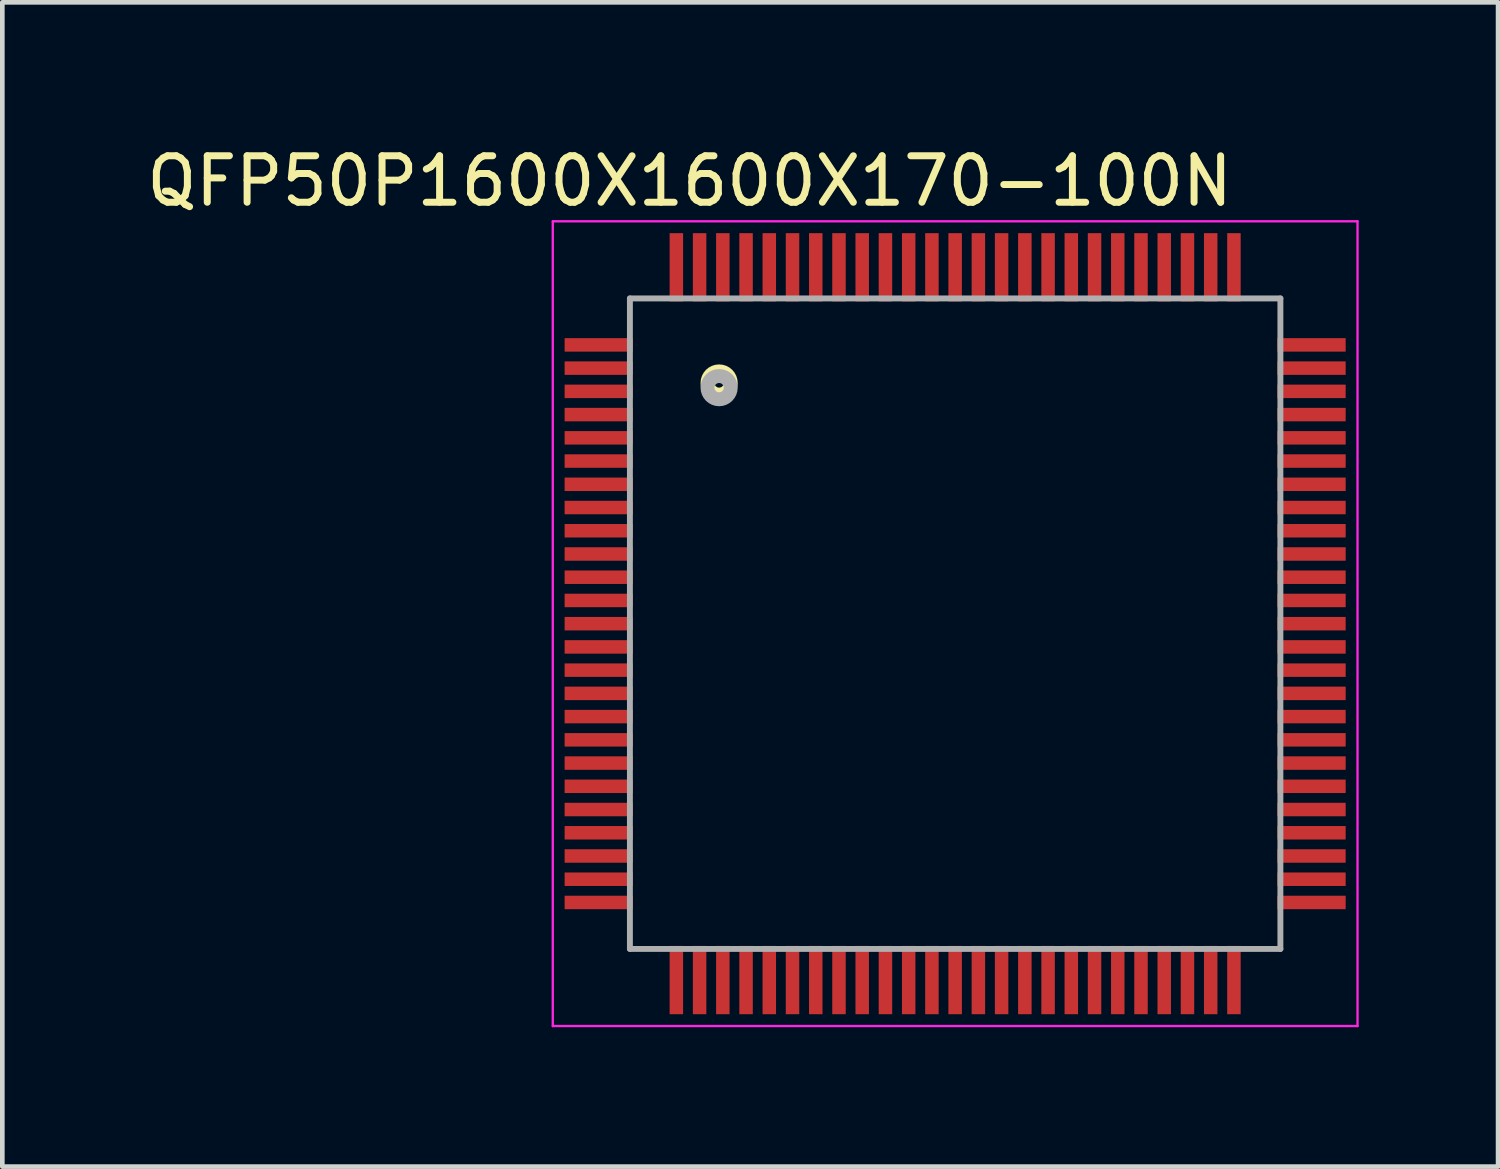
<source format=kicad_pcb>
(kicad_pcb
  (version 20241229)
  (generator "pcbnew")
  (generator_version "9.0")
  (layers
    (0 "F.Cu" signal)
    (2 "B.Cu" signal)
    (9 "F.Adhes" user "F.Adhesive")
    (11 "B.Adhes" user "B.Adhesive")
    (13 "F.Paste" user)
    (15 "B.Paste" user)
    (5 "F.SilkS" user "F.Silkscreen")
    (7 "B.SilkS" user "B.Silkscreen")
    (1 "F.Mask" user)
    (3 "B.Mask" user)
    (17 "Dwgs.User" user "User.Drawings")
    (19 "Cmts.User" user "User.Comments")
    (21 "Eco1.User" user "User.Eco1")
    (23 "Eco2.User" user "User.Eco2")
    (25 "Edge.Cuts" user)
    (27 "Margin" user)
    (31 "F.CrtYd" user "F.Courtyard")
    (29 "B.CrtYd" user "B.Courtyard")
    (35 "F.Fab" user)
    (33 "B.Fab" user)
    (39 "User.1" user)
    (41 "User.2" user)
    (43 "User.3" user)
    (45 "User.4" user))
  (footprint "QFP50P1600X1600X170-100N"
    (layer "F.Cu")
    (at 17.507 10.373)
    (property "Reference" "QFP50P1600X1600X170-100N" (at -5.715 -9.525 0) (layer "F.SilkS") (effects (font (size 1 1) (thickness 0.15))))
    (attr smd)
    (fp_circle (center -5.08 -5.18) (end -4.98 -5.18) (stroke (width 0.3) (type solid)) (fill no) (layer "F.SilkS"))
    (fp_line (start -8.66 -8.66) (end 8.66 -8.66) (stroke (width 0.05) (type solid)) (layer "F.CrtYd"))
    (fp_line (start -8.66 8.66) (end -8.66 -8.66) (stroke (width 0.05) (type solid)) (layer "F.CrtYd"))
    (fp_line (start 8.66 -8.66) (end 8.66 8.66) (stroke (width 0.05) (type solid)) (layer "F.CrtYd"))
    (fp_line (start 8.66 8.66) (end -8.66 8.66) (stroke (width 0.05) (type solid)) (layer "F.CrtYd"))
    (fp_line (start -7 -7) (end 7 -7) (stroke (width 0.127) (type solid)) (layer "F.Fab"))
    (fp_line (start -7 7) (end -7 -7) (stroke (width 0.127) (type solid)) (layer "F.Fab"))
    (fp_line (start 7 -7) (end 7 7) (stroke (width 0.127) (type solid)) (layer "F.Fab"))
    (fp_line (start 7 7) (end -7 7) (stroke (width 0.127) (type solid)) (layer "F.Fab"))
    (fp_circle (center -5.08 -5.08) (end -4.98 -5.08) (stroke (width 0.3) (type solid)) (fill no) (layer "F.Fab"))
    (pad "1" smd rect (at -7.67 -6) (size 1.47 0.29) (layers "F.Cu" "F.Mask" "F.Paste"))
    (pad "2" smd rect (at -7.67 -5.5) (size 1.47 0.29) (layers "F.Cu" "F.Mask" "F.Paste"))
    (pad "3" smd rect (at -7.67 -5) (size 1.47 0.29) (layers "F.Cu" "F.Mask" "F.Paste"))
    (pad "4" smd rect (at -7.67 -4.5) (size 1.47 0.29) (layers "F.Cu" "F.Mask" "F.Paste"))
    (pad "5" smd rect (at -7.67 -4) (size 1.47 0.29) (layers "F.Cu" "F.Mask" "F.Paste"))
    (pad "6" smd rect (at -7.67 -3.5) (size 1.47 0.29) (layers "F.Cu" "F.Mask" "F.Paste"))
    (pad "7" smd rect (at -7.67 -3) (size 1.47 0.29) (layers "F.Cu" "F.Mask" "F.Paste"))
    (pad "8" smd rect (at -7.67 -2.5) (size 1.47 0.29) (layers "F.Cu" "F.Mask" "F.Paste"))
    (pad "9" smd rect (at -7.67 -2) (size 1.47 0.29) (layers "F.Cu" "F.Mask" "F.Paste"))
    (pad "10" smd rect (at -7.67 -1.5) (size 1.47 0.29) (layers "F.Cu" "F.Mask" "F.Paste"))
    (pad "11" smd rect (at -7.67 -1) (size 1.47 0.29) (layers "F.Cu" "F.Mask" "F.Paste"))
    (pad "12" smd rect (at -7.67 -0.5) (size 1.47 0.29) (layers "F.Cu" "F.Mask" "F.Paste"))
    (pad "13" smd rect (at -7.67 0) (size 1.47 0.29) (layers "F.Cu" "F.Mask" "F.Paste"))
    (pad "14" smd rect (at -7.67 0.5) (size 1.47 0.29) (layers "F.Cu" "F.Mask" "F.Paste"))
    (pad "15" smd rect (at -7.67 1) (size 1.47 0.29) (layers "F.Cu" "F.Mask" "F.Paste"))
    (pad "16" smd rect (at -7.67 1.5) (size 1.47 0.29) (layers "F.Cu" "F.Mask" "F.Paste"))
    (pad "17" smd rect (at -7.67 2) (size 1.47 0.29) (layers "F.Cu" "F.Mask" "F.Paste"))
    (pad "18" smd rect (at -7.67 2.5) (size 1.47 0.29) (layers "F.Cu" "F.Mask" "F.Paste"))
    (pad "19" smd rect (at -7.67 3) (size 1.47 0.29) (layers "F.Cu" "F.Mask" "F.Paste"))
    (pad "20" smd rect (at -7.67 3.5) (size 1.47 0.29) (layers "F.Cu" "F.Mask" "F.Paste"))
    (pad "21" smd rect (at -7.67 4) (size 1.47 0.29) (layers "F.Cu" "F.Mask" "F.Paste"))
    (pad "22" smd rect (at -7.67 4.5) (size 1.47 0.29) (layers "F.Cu" "F.Mask" "F.Paste"))
    (pad "23" smd rect (at -7.67 5) (size 1.47 0.29) (layers "F.Cu" "F.Mask" "F.Paste"))
    (pad "24" smd rect (at -7.67 5.5) (size 1.47 0.29) (layers "F.Cu" "F.Mask" "F.Paste"))
    (pad "25" smd rect (at -7.67 6) (size 1.47 0.29) (layers "F.Cu" "F.Mask" "F.Paste"))
    (pad "26" smd rect (at -6 7.67 90) (size 1.47 0.29) (layers "F.Cu" "F.Mask" "F.Paste"))
    (pad "27" smd rect (at -5.5 7.67 90) (size 1.47 0.29) (layers "F.Cu" "F.Mask" "F.Paste"))
    (pad "28" smd rect (at -5 7.67 90) (size 1.47 0.29) (layers "F.Cu" "F.Mask" "F.Paste"))
    (pad "29" smd rect (at -4.5 7.67 90) (size 1.47 0.29) (layers "F.Cu" "F.Mask" "F.Paste"))
    (pad "30" smd rect (at -4 7.67 90) (size 1.47 0.29) (layers "F.Cu" "F.Mask" "F.Paste"))
    (pad "31" smd rect (at -3.5 7.67 90) (size 1.47 0.29) (layers "F.Cu" "F.Mask" "F.Paste"))
    (pad "32" smd rect (at -3 7.67 90) (size 1.47 0.29) (layers "F.Cu" "F.Mask" "F.Paste"))
    (pad "33" smd rect (at -2.5 7.67 90) (size 1.47 0.29) (layers "F.Cu" "F.Mask" "F.Paste"))
    (pad "34" smd rect (at -2 7.67 90) (size 1.47 0.29) (layers "F.Cu" "F.Mask" "F.Paste"))
    (pad "35" smd rect (at -1.5 7.67 90) (size 1.47 0.29) (layers "F.Cu" "F.Mask" "F.Paste"))
    (pad "36" smd rect (at -1 7.67 90) (size 1.47 0.29) (layers "F.Cu" "F.Mask" "F.Paste"))
    (pad "37" smd rect (at -0.5 7.67 90) (size 1.47 0.29) (layers "F.Cu" "F.Mask" "F.Paste"))
    (pad "38" smd rect (at 0 7.67 90) (size 1.47 0.29) (layers "F.Cu" "F.Mask" "F.Paste"))
    (pad "39" smd rect (at 0.5 7.67 90) (size 1.47 0.29) (layers "F.Cu" "F.Mask" "F.Paste"))
    (pad "40" smd rect (at 1 7.67 90) (size 1.47 0.29) (layers "F.Cu" "F.Mask" "F.Paste"))
    (pad "41" smd rect (at 1.5 7.67 90) (size 1.47 0.29) (layers "F.Cu" "F.Mask" "F.Paste"))
    (pad "42" smd rect (at 2 7.67 90) (size 1.47 0.29) (layers "F.Cu" "F.Mask" "F.Paste"))
    (pad "43" smd rect (at 2.5 7.67 90) (size 1.47 0.29) (layers "F.Cu" "F.Mask" "F.Paste"))
    (pad "44" smd rect (at 3 7.67 90) (size 1.47 0.29) (layers "F.Cu" "F.Mask" "F.Paste"))
    (pad "45" smd rect (at 3.5 7.67 90) (size 1.47 0.29) (layers "F.Cu" "F.Mask" "F.Paste"))
    (pad "46" smd rect (at 4 7.67 90) (size 1.47 0.29) (layers "F.Cu" "F.Mask" "F.Paste"))
    (pad "47" smd rect (at 4.5 7.67 90) (size 1.47 0.29) (layers "F.Cu" "F.Mask" "F.Paste"))
    (pad "48" smd rect (at 5 7.67 90) (size 1.47 0.29) (layers "F.Cu" "F.Mask" "F.Paste"))
    (pad "49" smd rect (at 5.5 7.67 90) (size 1.47 0.29) (layers "F.Cu" "F.Mask" "F.Paste"))
    (pad "50" smd rect (at 6 7.67 90) (size 1.47 0.29) (layers "F.Cu" "F.Mask" "F.Paste"))
    (pad "51" smd rect (at 7.67 6 180) (size 1.47 0.29) (layers "F.Cu" "F.Mask" "F.Paste"))
    (pad "52" smd rect (at 7.67 5.5 180) (size 1.47 0.29) (layers "F.Cu" "F.Mask" "F.Paste"))
    (pad "53" smd rect (at 7.67 5 180) (size 1.47 0.29) (layers "F.Cu" "F.Mask" "F.Paste"))
    (pad "54" smd rect (at 7.67 4.5 180) (size 1.47 0.29) (layers "F.Cu" "F.Mask" "F.Paste"))
    (pad "55" smd rect (at 7.67 4 180) (size 1.47 0.29) (layers "F.Cu" "F.Mask" "F.Paste"))
    (pad "56" smd rect (at 7.67 3.5 180) (size 1.47 0.29) (layers "F.Cu" "F.Mask" "F.Paste"))
    (pad "57" smd rect (at 7.67 3 180) (size 1.47 0.29) (layers "F.Cu" "F.Mask" "F.Paste"))
    (pad "58" smd rect (at 7.67 2.5 180) (size 1.47 0.29) (layers "F.Cu" "F.Mask" "F.Paste"))
    (pad "59" smd rect (at 7.67 2 180) (size 1.47 0.29) (layers "F.Cu" "F.Mask" "F.Paste"))
    (pad "60" smd rect (at 7.67 1.5 180) (size 1.47 0.29) (layers "F.Cu" "F.Mask" "F.Paste"))
    (pad "61" smd rect (at 7.67 1 180) (size 1.47 0.29) (layers "F.Cu" "F.Mask" "F.Paste"))
    (pad "62" smd rect (at 7.67 0.5 180) (size 1.47 0.29) (layers "F.Cu" "F.Mask" "F.Paste"))
    (pad "63" smd rect (at 7.67 0 180) (size 1.47 0.29) (layers "F.Cu" "F.Mask" "F.Paste"))
    (pad "64" smd rect (at 7.67 -0.5 180) (size 1.47 0.29) (layers "F.Cu" "F.Mask" "F.Paste"))
    (pad "65" smd rect (at 7.67 -1 180) (size 1.47 0.29) (layers "F.Cu" "F.Mask" "F.Paste"))
    (pad "66" smd rect (at 7.67 -1.5 180) (size 1.47 0.29) (layers "F.Cu" "F.Mask" "F.Paste"))
    (pad "67" smd rect (at 7.67 -2 180) (size 1.47 0.29) (layers "F.Cu" "F.Mask" "F.Paste"))
    (pad "68" smd rect (at 7.67 -2.5 180) (size 1.47 0.29) (layers "F.Cu" "F.Mask" "F.Paste"))
    (pad "69" smd rect (at 7.67 -3 180) (size 1.47 0.29) (layers "F.Cu" "F.Mask" "F.Paste"))
    (pad "70" smd rect (at 7.67 -3.5 180) (size 1.47 0.29) (layers "F.Cu" "F.Mask" "F.Paste"))
    (pad "71" smd rect (at 7.67 -4 180) (size 1.47 0.29) (layers "F.Cu" "F.Mask" "F.Paste"))
    (pad "72" smd rect (at 7.67 -4.5 180) (size 1.47 0.29) (layers "F.Cu" "F.Mask" "F.Paste"))
    (pad "73" smd rect (at 7.67 -5 180) (size 1.47 0.29) (layers "F.Cu" "F.Mask" "F.Paste"))
    (pad "74" smd rect (at 7.67 -5.5 180) (size 1.47 0.29) (layers "F.Cu" "F.Mask" "F.Paste"))
    (pad "75" smd rect (at 7.67 -6 180) (size 1.47 0.29) (layers "F.Cu" "F.Mask" "F.Paste"))
    (pad "76" smd rect (at 6 -7.67 270) (size 1.47 0.29) (layers "F.Cu" "F.Mask" "F.Paste"))
    (pad "77" smd rect (at 5.5 -7.67 270) (size 1.47 0.29) (layers "F.Cu" "F.Mask" "F.Paste"))
    (pad "78" smd rect (at 5 -7.67 270) (size 1.47 0.29) (layers "F.Cu" "F.Mask" "F.Paste"))
    (pad "79" smd rect (at 4.5 -7.67 270) (size 1.47 0.29) (layers "F.Cu" "F.Mask" "F.Paste"))
    (pad "80" smd rect (at 4 -7.67 270) (size 1.47 0.29) (layers "F.Cu" "F.Mask" "F.Paste"))
    (pad "81" smd rect (at 3.5 -7.67 270) (size 1.47 0.29) (layers "F.Cu" "F.Mask" "F.Paste"))
    (pad "82" smd rect (at 3 -7.67 270) (size 1.47 0.29) (layers "F.Cu" "F.Mask" "F.Paste"))
    (pad "83" smd rect (at 2.5 -7.67 270) (size 1.47 0.29) (layers "F.Cu" "F.Mask" "F.Paste"))
    (pad "84" smd rect (at 2 -7.67 270) (size 1.47 0.29) (layers "F.Cu" "F.Mask" "F.Paste"))
    (pad "85" smd rect (at 1.5 -7.67 270) (size 1.47 0.29) (layers "F.Cu" "F.Mask" "F.Paste"))
    (pad "86" smd rect (at 1 -7.67 270) (size 1.47 0.29) (layers "F.Cu" "F.Mask" "F.Paste"))
    (pad "87" smd rect (at 0.5 -7.67 270) (size 1.47 0.29) (layers "F.Cu" "F.Mask" "F.Paste"))
    (pad "88" smd rect (at 0 -7.67 270) (size 1.47 0.29) (layers "F.Cu" "F.Mask" "F.Paste"))
    (pad "89" smd rect (at -0.5 -7.67 270) (size 1.47 0.29) (layers "F.Cu" "F.Mask" "F.Paste"))
    (pad "90" smd rect (at -1 -7.67 270) (size 1.47 0.29) (layers "F.Cu" "F.Mask" "F.Paste"))
    (pad "91" smd rect (at -1.5 -7.67 270) (size 1.47 0.29) (layers "F.Cu" "F.Mask" "F.Paste"))
    (pad "92" smd rect (at -2 -7.67 270) (size 1.47 0.29) (layers "F.Cu" "F.Mask" "F.Paste"))
    (pad "93" smd rect (at -2.5 -7.67 270) (size 1.47 0.29) (layers "F.Cu" "F.Mask" "F.Paste"))
    (pad "94" smd rect (at -3 -7.67 270) (size 1.47 0.29) (layers "F.Cu" "F.Mask" "F.Paste"))
    (pad "95" smd rect (at -3.5 -7.67 270) (size 1.47 0.29) (layers "F.Cu" "F.Mask" "F.Paste"))
    (pad "96" smd rect (at -4 -7.67 270) (size 1.47 0.29) (layers "F.Cu" "F.Mask" "F.Paste"))
    (pad "97" smd rect (at -4.5 -7.67 270) (size 1.47 0.29) (layers "F.Cu" "F.Mask" "F.Paste"))
    (pad "98" smd rect (at -5 -7.67 270) (size 1.47 0.29) (layers "F.Cu" "F.Mask" "F.Paste"))
    (pad "99" smd rect (at -5.5 -7.67 270) (size 1.47 0.29) (layers "F.Cu" "F.Mask" "F.Paste"))
    (pad "100" smd rect (at -6 -7.67 270) (size 1.47 0.29) (layers "F.Cu" "F.Mask" "F.Paste")))
  (gr_rect
    (start -3 -3)
    (end 29.192 22.058)
    (stroke (width 0.1) (type default))
    (fill no)
    (layer "Edge.Cuts")))
</source>
